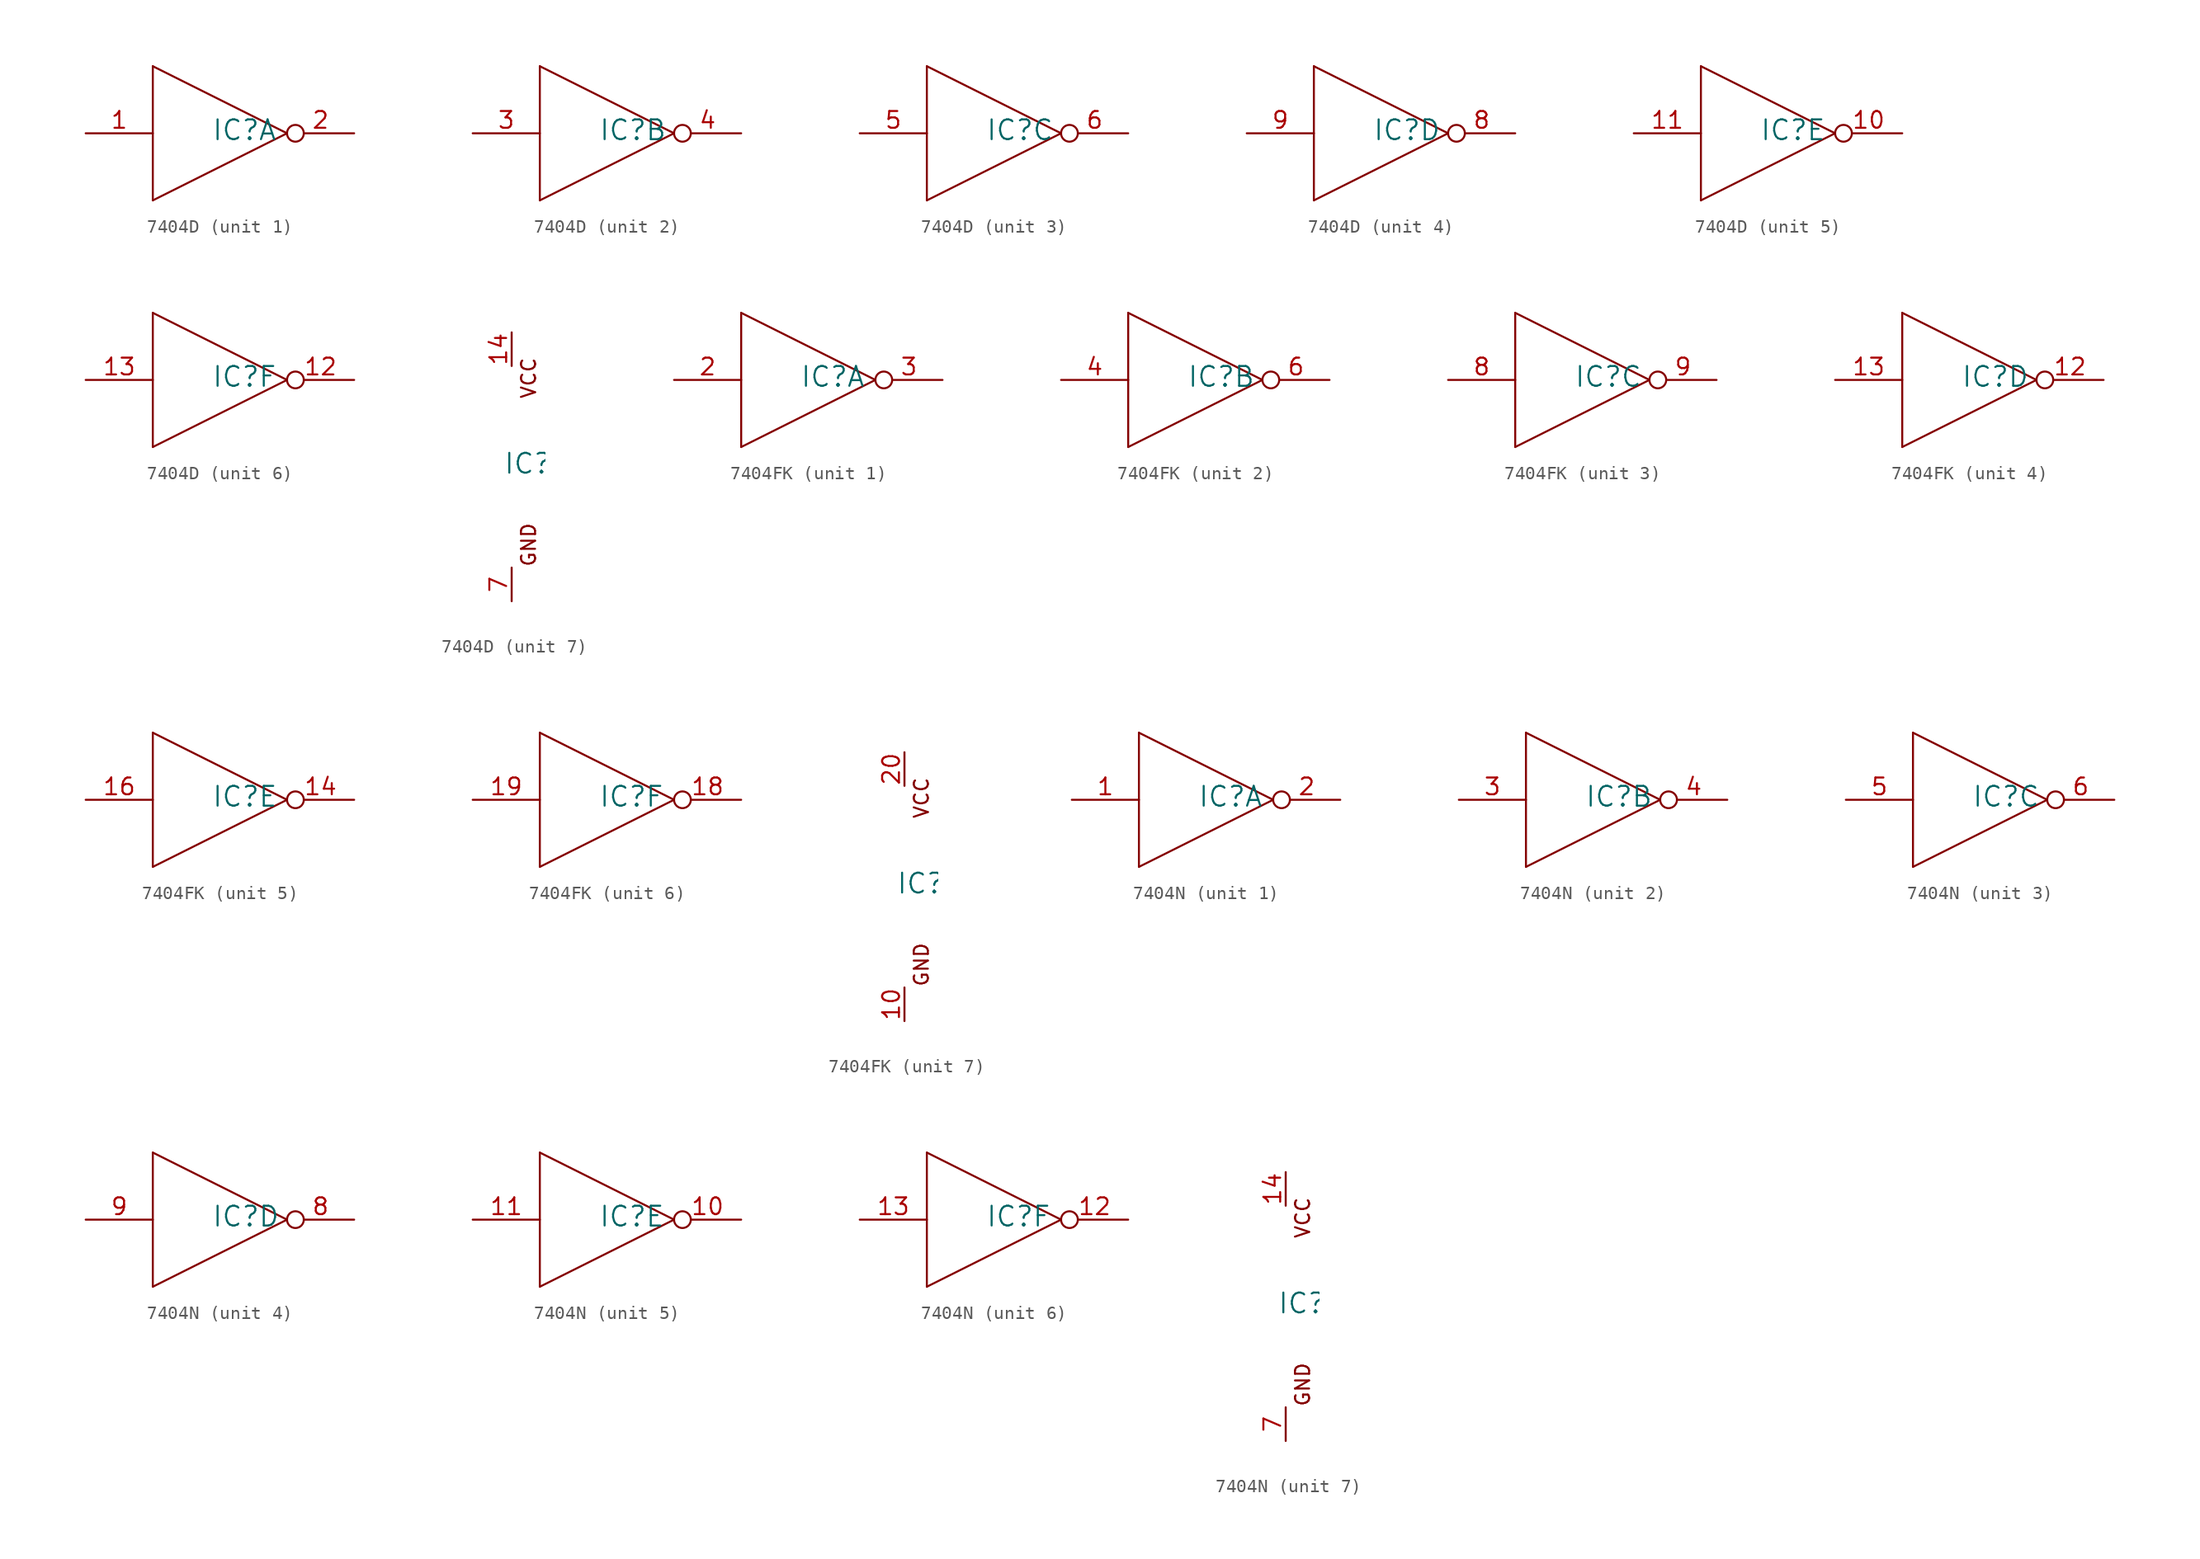
<source format=kicad_sym>
(kicad_symbol_lib
  (version 20211014)
  (generator kicad_symbol_editor)
  (symbol "7404D"
    (pin_names
      (offset 1.016))
    (property "Reference" "IC"
      (at -0.635 -0.635 0)
      (effects (font (size 1.499 1.499)) (justify left bottom)))
    (property "ki_locked" ""
      (at 0 0 0)
      (effects (font (size 1.27 1.27))))
    (symbol "7404D_1_0"
      (polyline (pts (xy -5.08 -5.08) (xy -5.08 5.08)) (stroke (width 0) (type default) (color 0 0 0 0)) (fill (type none)))
      (polyline (pts (xy -5.08 5.08) (xy 5.08 0)) (stroke (width 0) (type default) (color 0 0 0 0)) (fill (type none)))
      (polyline (pts (xy 5.08 0) (xy -5.08 -5.08)) (stroke (width 0) (type default) (color 0 0 0 0)) (fill (type none)))
      (pin input line (at -10.16 0 0) (length 5.08) (name "I" (effects (font (size 0 0)))) (number "1" (effects (font (size 1.27 1.27)))))
      (pin output inverted (at 10.16 0 180) (length 5.08) (name "O" (effects (font (size 0 0)))) (number "2" (effects (font (size 1.27 1.27))))))
    (symbol "7404D_2_0"
      (polyline (pts (xy -5.08 -5.08) (xy -5.08 5.08)) (stroke (width 0) (type default) (color 0 0 0 0)) (fill (type none)))
      (polyline (pts (xy -5.08 5.08) (xy 5.08 0)) (stroke (width 0) (type default) (color 0 0 0 0)) (fill (type none)))
      (polyline (pts (xy 5.08 0) (xy -5.08 -5.08)) (stroke (width 0) (type default) (color 0 0 0 0)) (fill (type none)))
      (pin input line (at -10.16 0 0) (length 5.08) (name "I" (effects (font (size 0 0)))) (number "3" (effects (font (size 1.27 1.27)))))
      (pin output inverted (at 10.16 0 180) (length 5.08) (name "O" (effects (font (size 0 0)))) (number "4" (effects (font (size 1.27 1.27))))))
    (symbol "7404D_3_0"
      (polyline (pts (xy -5.08 -5.08) (xy -5.08 5.08)) (stroke (width 0) (type default) (color 0 0 0 0)) (fill (type none)))
      (polyline (pts (xy -5.08 5.08) (xy 5.08 0)) (stroke (width 0) (type default) (color 0 0 0 0)) (fill (type none)))
      (polyline (pts (xy 5.08 0) (xy -5.08 -5.08)) (stroke (width 0) (type default) (color 0 0 0 0)) (fill (type none)))
      (pin input line (at -10.16 0 0) (length 5.08) (name "I" (effects (font (size 0 0)))) (number "5" (effects (font (size 1.27 1.27)))))
      (pin output inverted (at 10.16 0 180) (length 5.08) (name "O" (effects (font (size 0 0)))) (number "6" (effects (font (size 1.27 1.27))))))
    (symbol "7404D_4_0"
      (polyline (pts (xy -5.08 -5.08) (xy -5.08 5.08)) (stroke (width 0) (type default) (color 0 0 0 0)) (fill (type none)))
      (polyline (pts (xy -5.08 5.08) (xy 5.08 0)) (stroke (width 0) (type default) (color 0 0 0 0)) (fill (type none)))
      (polyline (pts (xy 5.08 0) (xy -5.08 -5.08)) (stroke (width 0) (type default) (color 0 0 0 0)) (fill (type none)))
      (pin output inverted (at 10.16 0 180) (length 5.08) (name "O" (effects (font (size 0 0)))) (number "8" (effects (font (size 1.27 1.27)))))
      (pin input line (at -10.16 0 0) (length 5.08) (name "I" (effects (font (size 0 0)))) (number "9" (effects (font (size 1.27 1.27))))))
    (symbol "7404D_5_0"
      (polyline (pts (xy -5.08 -5.08) (xy -5.08 5.08)) (stroke (width 0) (type default) (color 0 0 0 0)) (fill (type none)))
      (polyline (pts (xy -5.08 5.08) (xy 5.08 0)) (stroke (width 0) (type default) (color 0 0 0 0)) (fill (type none)))
      (polyline (pts (xy 5.08 0) (xy -5.08 -5.08)) (stroke (width 0) (type default) (color 0 0 0 0)) (fill (type none)))
      (pin output inverted (at 10.16 0 180) (length 5.08) (name "O" (effects (font (size 0 0)))) (number "10" (effects (font (size 1.27 1.27)))))
      (pin input line (at -10.16 0 0) (length 5.08) (name "I" (effects (font (size 0 0)))) (number "11" (effects (font (size 1.27 1.27))))))
    (symbol "7404D_6_0"
      (polyline (pts (xy -5.08 -5.08) (xy -5.08 5.08)) (stroke (width 0) (type default) (color 0 0 0 0)) (fill (type none)))
      (polyline (pts (xy -5.08 5.08) (xy 5.08 0)) (stroke (width 0) (type default) (color 0 0 0 0)) (fill (type none)))
      (polyline (pts (xy 5.08 0) (xy -5.08 -5.08)) (stroke (width 0) (type default) (color 0 0 0 0)) (fill (type none)))
      (pin output inverted (at 10.16 0 180) (length 5.08) (name "O" (effects (font (size 0 0)))) (number "12" (effects (font (size 1.27 1.27)))))
      (pin input line (at -10.16 0 0) (length 5.08) (name "I" (effects (font (size 0 0)))) (number "13" (effects (font (size 1.27 1.27))))))
    (symbol "7404D_7_0"
      (text "GND" (at 1.905 -7.62 900) (effects (font (size 1.067 1.067)) (justify left bottom)))
      (text "VCC" (at 1.905 5.08 900) (effects (font (size 1.067 1.067)) (justify left bottom)))
      (pin power_in line (at 0 10.16 270) (length 2.54) (name "VCC" (effects (font (size 0 0)))) (number "14" (effects (font (size 1.27 1.27)))))
      (pin power_in line (at 0 -10.16 90) (length 2.54) (name "GND" (effects (font (size 0 0)))) (number "7" (effects (font (size 1.27 1.27)))))))
  (symbol "7404FK"
    (pin_names
      (offset 1.016))
    (property "Reference" "IC"
      (at -0.635 -0.635 0)
      (effects (font (size 1.499 1.499)) (justify left bottom)))
    (property "ki_locked" ""
      (at 0 0 0)
      (effects (font (size 1.27 1.27))))
    (symbol "7404FK_1_0"
      (polyline (pts (xy -5.08 -5.08) (xy -5.08 5.08)) (stroke (width 0) (type default) (color 0 0 0 0)) (fill (type none)))
      (polyline (pts (xy -5.08 5.08) (xy 5.08 0)) (stroke (width 0) (type default) (color 0 0 0 0)) (fill (type none)))
      (polyline (pts (xy 5.08 0) (xy -5.08 -5.08)) (stroke (width 0) (type default) (color 0 0 0 0)) (fill (type none)))
      (pin input line (at -10.16 0 0) (length 5.08) (name "I" (effects (font (size 0 0)))) (number "2" (effects (font (size 1.27 1.27)))))
      (pin output inverted (at 10.16 0 180) (length 5.08) (name "O" (effects (font (size 0 0)))) (number "3" (effects (font (size 1.27 1.27))))))
    (symbol "7404FK_2_0"
      (polyline (pts (xy -5.08 -5.08) (xy -5.08 5.08)) (stroke (width 0) (type default) (color 0 0 0 0)) (fill (type none)))
      (polyline (pts (xy -5.08 5.08) (xy 5.08 0)) (stroke (width 0) (type default) (color 0 0 0 0)) (fill (type none)))
      (polyline (pts (xy 5.08 0) (xy -5.08 -5.08)) (stroke (width 0) (type default) (color 0 0 0 0)) (fill (type none)))
      (pin input line (at -10.16 0 0) (length 5.08) (name "I" (effects (font (size 0 0)))) (number "4" (effects (font (size 1.27 1.27)))))
      (pin output inverted (at 10.16 0 180) (length 5.08) (name "O" (effects (font (size 0 0)))) (number "6" (effects (font (size 1.27 1.27))))))
    (symbol "7404FK_3_0"
      (polyline (pts (xy -5.08 -5.08) (xy -5.08 5.08)) (stroke (width 0) (type default) (color 0 0 0 0)) (fill (type none)))
      (polyline (pts (xy -5.08 5.08) (xy 5.08 0)) (stroke (width 0) (type default) (color 0 0 0 0)) (fill (type none)))
      (polyline (pts (xy 5.08 0) (xy -5.08 -5.08)) (stroke (width 0) (type default) (color 0 0 0 0)) (fill (type none)))
      (pin input line (at -10.16 0 0) (length 5.08) (name "I" (effects (font (size 0 0)))) (number "8" (effects (font (size 1.27 1.27)))))
      (pin output inverted (at 10.16 0 180) (length 5.08) (name "O" (effects (font (size 0 0)))) (number "9" (effects (font (size 1.27 1.27))))))
    (symbol "7404FK_4_0"
      (polyline (pts (xy -5.08 -5.08) (xy -5.08 5.08)) (stroke (width 0) (type default) (color 0 0 0 0)) (fill (type none)))
      (polyline (pts (xy -5.08 5.08) (xy 5.08 0)) (stroke (width 0) (type default) (color 0 0 0 0)) (fill (type none)))
      (polyline (pts (xy 5.08 0) (xy -5.08 -5.08)) (stroke (width 0) (type default) (color 0 0 0 0)) (fill (type none)))
      (pin output inverted (at 10.16 0 180) (length 5.08) (name "O" (effects (font (size 0 0)))) (number "12" (effects (font (size 1.27 1.27)))))
      (pin input line (at -10.16 0 0) (length 5.08) (name "I" (effects (font (size 0 0)))) (number "13" (effects (font (size 1.27 1.27))))))
    (symbol "7404FK_5_0"
      (polyline (pts (xy -5.08 -5.08) (xy -5.08 5.08)) (stroke (width 0) (type default) (color 0 0 0 0)) (fill (type none)))
      (polyline (pts (xy -5.08 5.08) (xy 5.08 0)) (stroke (width 0) (type default) (color 0 0 0 0)) (fill (type none)))
      (polyline (pts (xy 5.08 0) (xy -5.08 -5.08)) (stroke (width 0) (type default) (color 0 0 0 0)) (fill (type none)))
      (pin output inverted (at 10.16 0 180) (length 5.08) (name "O" (effects (font (size 0 0)))) (number "14" (effects (font (size 1.27 1.27)))))
      (pin input line (at -10.16 0 0) (length 5.08) (name "I" (effects (font (size 0 0)))) (number "16" (effects (font (size 1.27 1.27))))))
    (symbol "7404FK_6_0"
      (polyline (pts (xy -5.08 -5.08) (xy -5.08 5.08)) (stroke (width 0) (type default) (color 0 0 0 0)) (fill (type none)))
      (polyline (pts (xy -5.08 5.08) (xy 5.08 0)) (stroke (width 0) (type default) (color 0 0 0 0)) (fill (type none)))
      (polyline (pts (xy 5.08 0) (xy -5.08 -5.08)) (stroke (width 0) (type default) (color 0 0 0 0)) (fill (type none)))
      (pin output inverted (at 10.16 0 180) (length 5.08) (name "O" (effects (font (size 0 0)))) (number "18" (effects (font (size 1.27 1.27)))))
      (pin input line (at -10.16 0 0) (length 5.08) (name "I" (effects (font (size 0 0)))) (number "19" (effects (font (size 1.27 1.27))))))
    (symbol "7404FK_7_0"
      (text "GND" (at 1.905 -7.62 900) (effects (font (size 1.067 1.067)) (justify left bottom)))
      (text "VCC" (at 1.905 5.08 900) (effects (font (size 1.067 1.067)) (justify left bottom)))
      (pin power_in line (at 0 -10.16 90) (length 2.54) (name "GND" (effects (font (size 0 0)))) (number "10" (effects (font (size 1.27 1.27)))))
      (pin power_in line (at 0 10.16 270) (length 2.54) (name "VCC" (effects (font (size 0 0)))) (number "20" (effects (font (size 1.27 1.27)))))))
  (symbol "7404N"
    (pin_names
      (offset 1.016))
    (property "Reference" "IC"
      (at -0.635 -0.635 0)
      (effects (font (size 1.499 1.499)) (justify left bottom)))
    (property "ki_locked" ""
      (at 0 0 0)
      (effects (font (size 1.27 1.27))))
    (symbol "7404N_1_0"
      (polyline (pts (xy -5.08 -5.08) (xy -5.08 5.08)) (stroke (width 0) (type default) (color 0 0 0 0)) (fill (type none)))
      (polyline (pts (xy -5.08 5.08) (xy 5.08 0)) (stroke (width 0) (type default) (color 0 0 0 0)) (fill (type none)))
      (polyline (pts (xy 5.08 0) (xy -5.08 -5.08)) (stroke (width 0) (type default) (color 0 0 0 0)) (fill (type none)))
      (pin input line (at -10.16 0 0) (length 5.08) (name "I" (effects (font (size 0 0)))) (number "1" (effects (font (size 1.27 1.27)))))
      (pin output inverted (at 10.16 0 180) (length 5.08) (name "O" (effects (font (size 0 0)))) (number "2" (effects (font (size 1.27 1.27))))))
    (symbol "7404N_2_0"
      (polyline (pts (xy -5.08 -5.08) (xy -5.08 5.08)) (stroke (width 0) (type default) (color 0 0 0 0)) (fill (type none)))
      (polyline (pts (xy -5.08 5.08) (xy 5.08 0)) (stroke (width 0) (type default) (color 0 0 0 0)) (fill (type none)))
      (polyline (pts (xy 5.08 0) (xy -5.08 -5.08)) (stroke (width 0) (type default) (color 0 0 0 0)) (fill (type none)))
      (pin input line (at -10.16 0 0) (length 5.08) (name "I" (effects (font (size 0 0)))) (number "3" (effects (font (size 1.27 1.27)))))
      (pin output inverted (at 10.16 0 180) (length 5.08) (name "O" (effects (font (size 0 0)))) (number "4" (effects (font (size 1.27 1.27))))))
    (symbol "7404N_3_0"
      (polyline (pts (xy -5.08 -5.08) (xy -5.08 5.08)) (stroke (width 0) (type default) (color 0 0 0 0)) (fill (type none)))
      (polyline (pts (xy -5.08 5.08) (xy 5.08 0)) (stroke (width 0) (type default) (color 0 0 0 0)) (fill (type none)))
      (polyline (pts (xy 5.08 0) (xy -5.08 -5.08)) (stroke (width 0) (type default) (color 0 0 0 0)) (fill (type none)))
      (pin input line (at -10.16 0 0) (length 5.08) (name "I" (effects (font (size 0 0)))) (number "5" (effects (font (size 1.27 1.27)))))
      (pin output inverted (at 10.16 0 180) (length 5.08) (name "O" (effects (font (size 0 0)))) (number "6" (effects (font (size 1.27 1.27))))))
    (symbol "7404N_4_0"
      (polyline (pts (xy -5.08 -5.08) (xy -5.08 5.08)) (stroke (width 0) (type default) (color 0 0 0 0)) (fill (type none)))
      (polyline (pts (xy -5.08 5.08) (xy 5.08 0)) (stroke (width 0) (type default) (color 0 0 0 0)) (fill (type none)))
      (polyline (pts (xy 5.08 0) (xy -5.08 -5.08)) (stroke (width 0) (type default) (color 0 0 0 0)) (fill (type none)))
      (pin output inverted (at 10.16 0 180) (length 5.08) (name "O" (effects (font (size 0 0)))) (number "8" (effects (font (size 1.27 1.27)))))
      (pin input line (at -10.16 0 0) (length 5.08) (name "I" (effects (font (size 0 0)))) (number "9" (effects (font (size 1.27 1.27))))))
    (symbol "7404N_5_0"
      (polyline (pts (xy -5.08 -5.08) (xy -5.08 5.08)) (stroke (width 0) (type default) (color 0 0 0 0)) (fill (type none)))
      (polyline (pts (xy -5.08 5.08) (xy 5.08 0)) (stroke (width 0) (type default) (color 0 0 0 0)) (fill (type none)))
      (polyline (pts (xy 5.08 0) (xy -5.08 -5.08)) (stroke (width 0) (type default) (color 0 0 0 0)) (fill (type none)))
      (pin output inverted (at 10.16 0 180) (length 5.08) (name "O" (effects (font (size 0 0)))) (number "10" (effects (font (size 1.27 1.27)))))
      (pin input line (at -10.16 0 0) (length 5.08) (name "I" (effects (font (size 0 0)))) (number "11" (effects (font (size 1.27 1.27))))))
    (symbol "7404N_6_0"
      (polyline (pts (xy -5.08 -5.08) (xy -5.08 5.08)) (stroke (width 0) (type default) (color 0 0 0 0)) (fill (type none)))
      (polyline (pts (xy -5.08 5.08) (xy 5.08 0)) (stroke (width 0) (type default) (color 0 0 0 0)) (fill (type none)))
      (polyline (pts (xy 5.08 0) (xy -5.08 -5.08)) (stroke (width 0) (type default) (color 0 0 0 0)) (fill (type none)))
      (pin output inverted (at 10.16 0 180) (length 5.08) (name "O" (effects (font (size 0 0)))) (number "12" (effects (font (size 1.27 1.27)))))
      (pin input line (at -10.16 0 0) (length 5.08) (name "I" (effects (font (size 0 0)))) (number "13" (effects (font (size 1.27 1.27))))))
    (symbol "7404N_7_0"
      (text "GND" (at 1.905 -7.62 900) (effects (font (size 1.067 1.067)) (justify left bottom)))
      (text "VCC" (at 1.905 5.08 900) (effects (font (size 1.067 1.067)) (justify left bottom)))
      (pin power_in line (at 0 10.16 270) (length 2.54) (name "VCC" (effects (font (size 0 0)))) (number "14" (effects (font (size 1.27 1.27)))))
      (pin power_in line (at 0 -10.16 90) (length 2.54) (name "GND" (effects (font (size 0 0)))) (number "7" (effects (font (size 1.27 1.27))))))))
</source>
